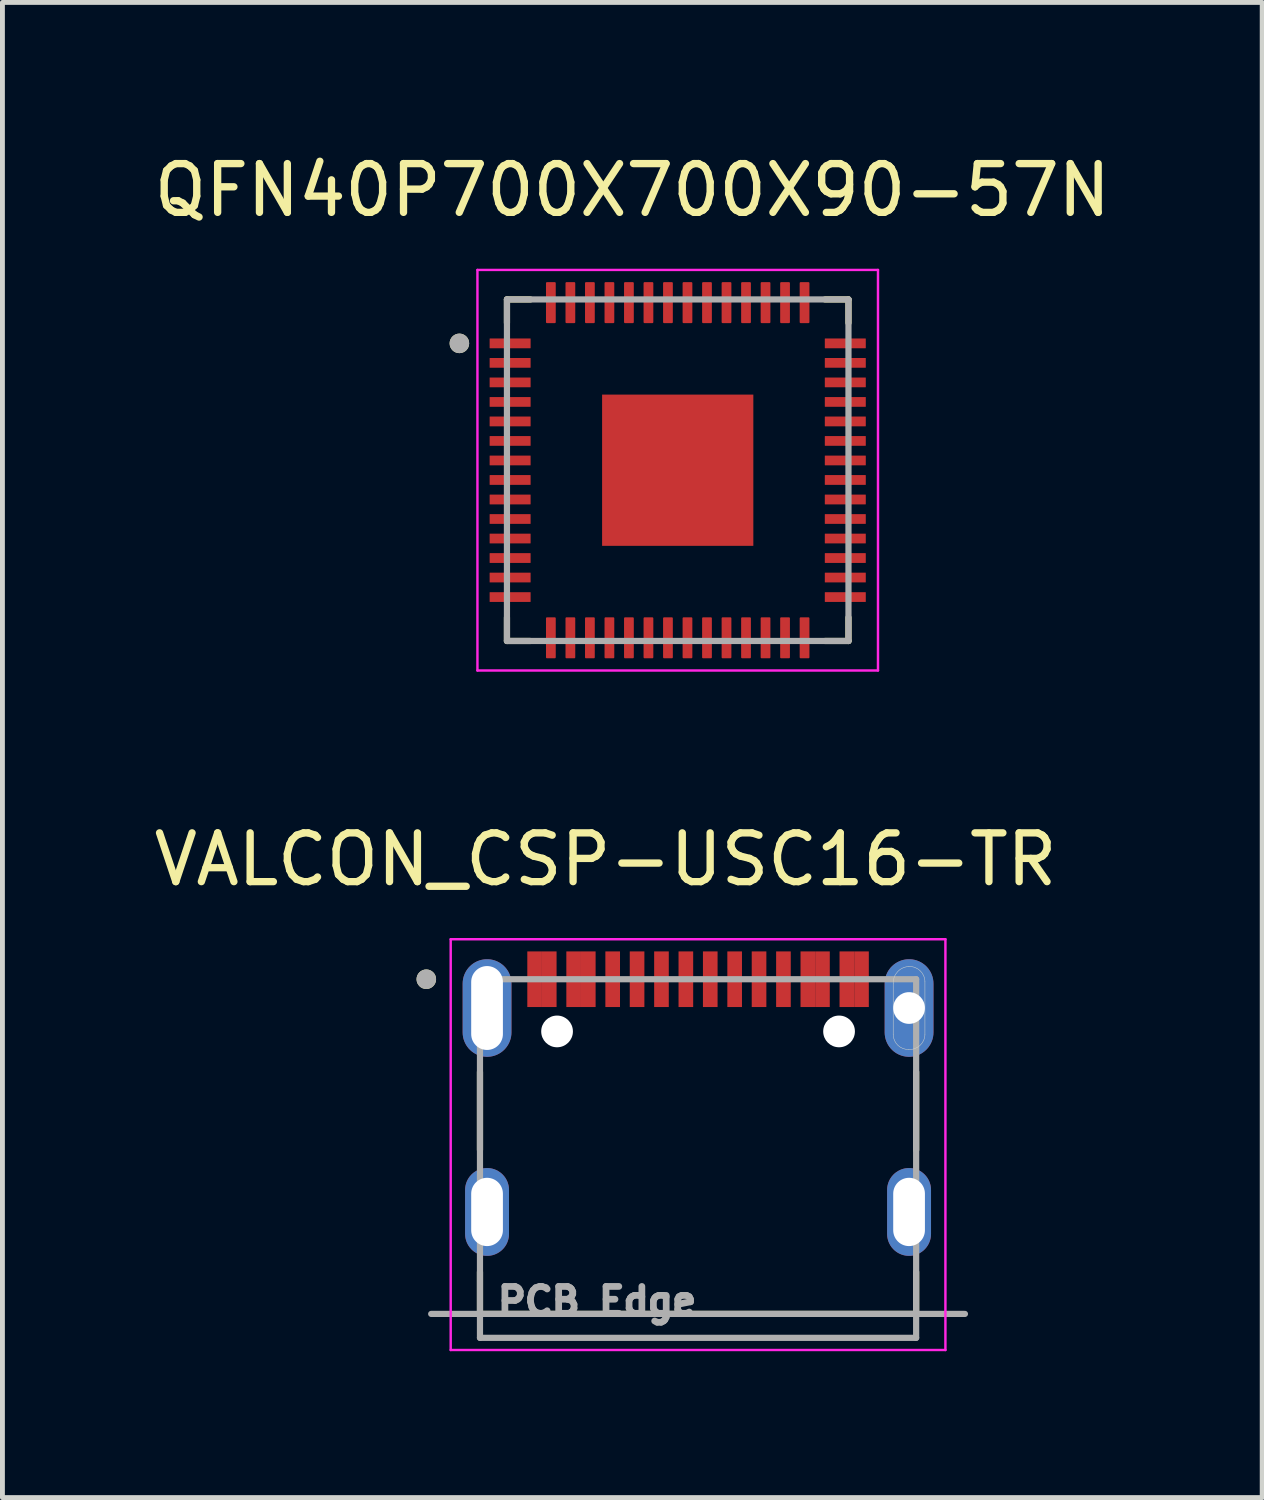
<source format=kicad_pcb>
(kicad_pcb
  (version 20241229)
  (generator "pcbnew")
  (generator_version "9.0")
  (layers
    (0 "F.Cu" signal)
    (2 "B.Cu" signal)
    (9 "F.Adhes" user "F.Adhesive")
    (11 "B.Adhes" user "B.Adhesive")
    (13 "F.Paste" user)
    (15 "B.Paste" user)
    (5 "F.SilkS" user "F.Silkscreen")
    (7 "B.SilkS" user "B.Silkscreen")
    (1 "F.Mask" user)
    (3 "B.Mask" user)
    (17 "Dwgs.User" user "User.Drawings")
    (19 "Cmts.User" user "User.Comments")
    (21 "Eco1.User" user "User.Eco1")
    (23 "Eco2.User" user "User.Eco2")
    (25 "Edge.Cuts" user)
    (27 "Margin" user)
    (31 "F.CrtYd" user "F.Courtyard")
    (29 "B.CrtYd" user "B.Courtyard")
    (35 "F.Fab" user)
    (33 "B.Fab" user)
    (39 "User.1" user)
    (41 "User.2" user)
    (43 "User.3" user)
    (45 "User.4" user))
  (footprint "VALCON_CSP-USC16-TR"
    (layer "F.Cu")
    (at 11.258 17.021)
    (property "Reference" "VALCON_CSP-USC16-TR" (at -1.895 -2.455 0) (layer "F.SilkS") (effects (font (size 1 1) (thickness 0.15))))
    (attr through_hole)
    (fp_line (start -4.47 1.9) (end -4.47 3.5) (stroke (width 0.127) (type solid)) (layer "F.SilkS"))
    (fp_line (start -4.47 6.86) (end -4.47 6) (stroke (width 0.127) (type solid)) (layer "F.SilkS"))
    (fp_line (start -4.47 6.86) (end 4.47 6.86) (stroke (width 0.127) (type solid)) (layer "F.SilkS"))
    (fp_line (start 4.47 1.9) (end 4.47 3.5) (stroke (width 0.127) (type solid)) (layer "F.SilkS"))
    (fp_line (start 4.47 6.86) (end 4.47 6) (stroke (width 0.127) (type solid)) (layer "F.SilkS"))
    (fp_circle (center -5.57 0) (end -5.47 0) (stroke (width 0.2) (type solid)) (fill no) (layer "F.SilkS"))
    (fp_line (start 4 1.14) (end 4 0.09) (stroke (width 0.01) (type solid)) (layer "Edge.Cuts"))
    (fp_line (start 4.65 0.04) (end 4.65 1.14) (stroke (width 0.01) (type solid)) (layer "Edge.Cuts"))
    (fp_arc (start 4 0.09) (mid 4.087513 -0.151274) (end 4.32 -0.26) (stroke (width 0.01) (type solid)) (layer "Edge.Cuts"))
    (fp_arc (start 4.32 -0.26) (mid 4.547132 -0.178345) (end 4.65 0.04) (stroke (width 0.01) (type solid)) (layer "Edge.Cuts"))
    (fp_arc (start 4.32 1.44) (mid 4.097868 1.356274) (end 4 1.14) (stroke (width 0.01) (type solid)) (layer "Edge.Cuts"))
    (fp_arc (start 4.65 1.14) (mid 4.547132 1.358345) (end 4.32 1.44) (stroke (width 0.01) (type solid)) (layer "Edge.Cuts"))
    (fp_line (start -5.07 -0.82) (end -5.07 7.6) (stroke (width 0.05) (type solid)) (layer "F.CrtYd"))
    (fp_line (start -5.07 7.6) (end 5.07 7.6) (stroke (width 0.05) (type solid)) (layer "F.CrtYd"))
    (fp_line (start 5.07 -0.82) (end -5.07 -0.82) (stroke (width 0.05) (type solid)) (layer "F.CrtYd"))
    (fp_line (start 5.07 7.6) (end 5.07 -0.82) (stroke (width 0.05) (type solid)) (layer "F.CrtYd"))
    (fp_line (start -5.47 6.86) (end 5.47 6.86) (stroke (width 0.127) (type solid)) (layer "F.Fab"))
    (fp_line (start -4.47 0) (end -4.47 7.35) (stroke (width 0.127) (type solid)) (layer "F.Fab"))
    (fp_line (start -4.47 7.35) (end 4.47 7.35) (stroke (width 0.127) (type solid)) (layer "F.Fab"))
    (fp_line (start 4.47 0) (end -4.47 0) (stroke (width 0.127) (type solid)) (layer "F.Fab"))
    (fp_line (start 4.47 7.35) (end 4.47 0) (stroke (width 0.127) (type solid)) (layer "F.Fab"))
    (fp_circle (center -5.57 0) (end -5.47 0) (stroke (width 0.2) (type solid)) (fill no) (layer "F.Fab"))
    (fp_text user "PCB Edge" (at -2.07 6.6 0) (layer "F.Fab") (effects (font (size 0.551 0.551) (thickness 0.15))))
    (pad "" np_thru_hole circle (at -2.89 1.07) (size 0.65 0.65) (drill 0.65) (layers "*.Cu" "*.Mask"))
    (pad "" np_thru_hole circle (at 2.89 1.07) (size 0.65 0.65) (drill 0.65) (layers "*.Cu" "*.Mask"))
    (pad "A1" smd rect (at -3.35 0) (size 0.3 1.14) (layers "F.Cu" "F.Mask" "F.Paste"))
    (pad "A4" smd rect (at -2.55 0) (size 0.3 1.14) (layers "F.Cu" "F.Mask" "F.Paste"))
    (pad "A5" smd rect (at -1.25 0) (size 0.3 1.14) (layers "F.Cu" "F.Mask" "F.Paste"))
    (pad "A6" smd rect (at -0.25 0) (size 0.3 1.14) (layers "F.Cu" "F.Mask" "F.Paste"))
    (pad "A7" smd rect (at 0.25 0) (size 0.3 1.14) (layers "F.Cu" "F.Mask" "F.Paste"))
    (pad "A8" smd rect (at 1.25 0) (size 0.3 1.14) (layers "F.Cu" "F.Mask" "F.Paste"))
    (pad "A9" smd rect (at 2.55 0) (size 0.3 1.14) (layers "F.Cu" "F.Mask" "F.Paste"))
    (pad "A12" smd rect (at 3.35 0) (size 0.3 1.14) (layers "F.Cu" "F.Mask" "F.Paste"))
    (pad "B1" smd rect (at 3.05 0) (size 0.3 1.14) (layers "F.Cu" "F.Mask" "F.Paste"))
    (pad "B4" smd rect (at 2.25 0) (size 0.3 1.14) (layers "F.Cu" "F.Mask" "F.Paste"))
    (pad "B5" smd rect (at 1.75 0) (size 0.3 1.14) (layers "F.Cu" "F.Mask" "F.Paste"))
    (pad "B6" smd rect (at 0.75 0) (size 0.3 1.14) (layers "F.Cu" "F.Mask" "F.Paste"))
    (pad "B7" smd rect (at -0.75 0) (size 0.3 1.14) (layers "F.Cu" "F.Mask" "F.Paste"))
    (pad "B8" smd rect (at -1.75 0) (size 0.3 1.14) (layers "F.Cu" "F.Mask" "F.Paste"))
    (pad "B9" smd rect (at -2.25 0) (size 0.3 1.14) (layers "F.Cu" "F.Mask" "F.Paste"))
    (pad "B12" smd rect (at -3.05 0) (size 0.3 1.14) (layers "F.Cu" "F.Mask" "F.Paste"))
    (pad "S1" thru_hole oval (at -4.325 0.59) (size 1 2) (drill oval 0.65 1.72) (layers "*.Cu" "*.Mask"))
    (pad "S2" thru_hole oval (at 4.325 0.59) (size 1 2) (drill 0.65) (layers "*.Cu" "*.Mask"))
    (pad "S3" thru_hole oval (at -4.325 4.77) (size 0.9 1.8) (drill oval 0.65 1.4) (layers "*.Cu" "*.Mask"))
    (pad "S4" thru_hole oval (at 4.325 4.77) (size 0.9 1.8) (drill oval 0.65 1.4) (layers "*.Cu" "*.Mask")))
  (footprint "QFN40P700X700X90-57N"
    (layer "F.Cu")
    (at 10.841 6.588)
    (property "Reference" "QFN40P700X700X90-57N" (at -0.93 -5.74 0) (layer "F.SilkS") (effects (font (size 1 1) (thickness 0.15))))
    (attr through_hole)
    (fp_line (start -3.5 -3.5) (end -3.5 -3.02) (stroke (width 0.127) (type solid)) (layer "F.SilkS"))
    (fp_line (start -3.5 -3.5) (end -3.02 -3.5) (stroke (width 0.127) (type solid)) (layer "F.SilkS"))
    (fp_line (start -3.5 3.5) (end -3.5 3.02) (stroke (width 0.127) (type solid)) (layer "F.SilkS"))
    (fp_line (start -3.5 3.5) (end -3.02 3.5) (stroke (width 0.127) (type solid)) (layer "F.SilkS"))
    (fp_line (start 3.5 -3.5) (end 3.02 -3.5) (stroke (width 0.127) (type solid)) (layer "F.SilkS"))
    (fp_line (start 3.5 -3.5) (end 3.5 -3.02) (stroke (width 0.127) (type solid)) (layer "F.SilkS"))
    (fp_line (start 3.5 3.5) (end 3.02 3.5) (stroke (width 0.127) (type solid)) (layer "F.SilkS"))
    (fp_line (start 3.5 3.5) (end 3.5 3.02) (stroke (width 0.127) (type solid)) (layer "F.SilkS"))
    (fp_circle (center -4.475 -2.6) (end -4.375 -2.6) (stroke (width 0.2) (type solid)) (fill no) (layer "F.SilkS"))
    (fp_poly (pts (xy -0.98 -0.98) (xy 0.98 -0.98) (xy 0.98 0.98) (xy -0.98 0.98)) (stroke (width 0.01) (type solid)) (fill yes) (layer "F.Paste"))
    (fp_line (start -4.105 -4.105) (end 4.105 -4.105) (stroke (width 0.05) (type solid)) (layer "F.CrtYd"))
    (fp_line (start -4.105 4.105) (end -4.105 -4.105) (stroke (width 0.05) (type solid)) (layer "F.CrtYd"))
    (fp_line (start -4.105 4.105) (end 4.105 4.105) (stroke (width 0.05) (type solid)) (layer "F.CrtYd"))
    (fp_line (start 4.105 4.105) (end 4.105 -4.105) (stroke (width 0.05) (type solid)) (layer "F.CrtYd"))
    (fp_line (start -3.5 3.5) (end -3.5 -3.5) (stroke (width 0.127) (type solid)) (layer "F.Fab"))
    (fp_line (start 3.5 -3.5) (end -3.5 -3.5) (stroke (width 0.127) (type solid)) (layer "F.Fab"))
    (fp_line (start 3.5 3.5) (end -3.5 3.5) (stroke (width 0.127) (type solid)) (layer "F.Fab"))
    (fp_line (start 3.5 3.5) (end 3.5 -3.5) (stroke (width 0.127) (type solid)) (layer "F.Fab"))
    (fp_circle (center -4.475 -2.6) (end -4.375 -2.6) (stroke (width 0.2) (type solid)) (fill no) (layer "F.Fab"))
    (pad "1" smd roundrect (at -3.435 -2.6) (size 0.84 0.2) (layers "F.Cu" "F.Mask" "F.Paste") (roundrect_rratio 0.03))
    (pad "2" smd roundrect (at -3.435 -2.2) (size 0.84 0.2) (layers "F.Cu" "F.Mask" "F.Paste") (roundrect_rratio 0.03))
    (pad "3" smd roundrect (at -3.435 -1.8) (size 0.84 0.2) (layers "F.Cu" "F.Mask" "F.Paste") (roundrect_rratio 0.03))
    (pad "4" smd roundrect (at -3.435 -1.4) (size 0.84 0.2) (layers "F.Cu" "F.Mask" "F.Paste") (roundrect_rratio 0.03))
    (pad "5" smd roundrect (at -3.435 -1) (size 0.84 0.2) (layers "F.Cu" "F.Mask" "F.Paste") (roundrect_rratio 0.03))
    (pad "6" smd roundrect (at -3.435 -0.6) (size 0.84 0.2) (layers "F.Cu" "F.Mask" "F.Paste") (roundrect_rratio 0.03))
    (pad "7" smd roundrect (at -3.435 -0.2) (size 0.84 0.2) (layers "F.Cu" "F.Mask" "F.Paste") (roundrect_rratio 0.03))
    (pad "8" smd roundrect (at -3.435 0.2) (size 0.84 0.2) (layers "F.Cu" "F.Mask" "F.Paste") (roundrect_rratio 0.03))
    (pad "9" smd roundrect (at -3.435 0.6) (size 0.84 0.2) (layers "F.Cu" "F.Mask" "F.Paste") (roundrect_rratio 0.03))
    (pad "10" smd roundrect (at -3.435 1) (size 0.84 0.2) (layers "F.Cu" "F.Mask" "F.Paste") (roundrect_rratio 0.03))
    (pad "11" smd roundrect (at -3.435 1.4) (size 0.84 0.2) (layers "F.Cu" "F.Mask" "F.Paste") (roundrect_rratio 0.03))
    (pad "12" smd roundrect (at -3.435 1.8) (size 0.84 0.2) (layers "F.Cu" "F.Mask" "F.Paste") (roundrect_rratio 0.03))
    (pad "13" smd roundrect (at -3.435 2.2) (size 0.84 0.2) (layers "F.Cu" "F.Mask" "F.Paste") (roundrect_rratio 0.03))
    (pad "14" smd roundrect (at -3.435 2.6) (size 0.84 0.2) (layers "F.Cu" "F.Mask" "F.Paste") (roundrect_rratio 0.03))
    (pad "15" smd roundrect (at -2.6 3.435) (size 0.2 0.84) (layers "F.Cu" "F.Mask" "F.Paste") (roundrect_rratio 0.1))
    (pad "16" smd roundrect (at -2.2 3.435) (size 0.2 0.84) (layers "F.Cu" "F.Mask" "F.Paste") (roundrect_rratio 0.1))
    (pad "17" smd roundrect (at -1.8 3.435) (size 0.2 0.84) (layers "F.Cu" "F.Mask" "F.Paste") (roundrect_rratio 0.1))
    (pad "18" smd roundrect (at -1.4 3.435) (size 0.2 0.84) (layers "F.Cu" "F.Mask" "F.Paste") (roundrect_rratio 0.1))
    (pad "19" smd roundrect (at -1 3.435) (size 0.2 0.84) (layers "F.Cu" "F.Mask" "F.Paste") (roundrect_rratio 0.1))
    (pad "20" smd roundrect (at -0.6 3.435) (size 0.2 0.84) (layers "F.Cu" "F.Mask" "F.Paste") (roundrect_rratio 0.1))
    (pad "21" smd roundrect (at -0.2 3.435) (size 0.2 0.84) (layers "F.Cu" "F.Mask" "F.Paste") (roundrect_rratio 0.1))
    (pad "22" smd roundrect (at 0.2 3.435) (size 0.2 0.84) (layers "F.Cu" "F.Mask" "F.Paste") (roundrect_rratio 0.1))
    (pad "23" smd roundrect (at 0.6 3.435) (size 0.2 0.84) (layers "F.Cu" "F.Mask" "F.Paste") (roundrect_rratio 0.1))
    (pad "24" smd roundrect (at 1 3.435) (size 0.2 0.84) (layers "F.Cu" "F.Mask" "F.Paste") (roundrect_rratio 0.1))
    (pad "25" smd roundrect (at 1.4 3.435) (size 0.2 0.84) (layers "F.Cu" "F.Mask" "F.Paste") (roundrect_rratio 0.1))
    (pad "26" smd roundrect (at 1.8 3.435) (size 0.2 0.84) (layers "F.Cu" "F.Mask" "F.Paste") (roundrect_rratio 0.1))
    (pad "27" smd roundrect (at 2.2 3.435) (size 0.2 0.84) (layers "F.Cu" "F.Mask" "F.Paste") (roundrect_rratio 0.1))
    (pad "28" smd roundrect (at 2.6 3.435) (size 0.2 0.84) (layers "F.Cu" "F.Mask" "F.Paste") (roundrect_rratio 0.1))
    (pad "29" smd roundrect (at 3.435 2.6) (size 0.84 0.2) (layers "F.Cu" "F.Mask" "F.Paste") (roundrect_rratio 0.03))
    (pad "30" smd roundrect (at 3.435 2.2) (size 0.84 0.2) (layers "F.Cu" "F.Mask" "F.Paste") (roundrect_rratio 0.03))
    (pad "31" smd roundrect (at 3.435 1.8) (size 0.84 0.2) (layers "F.Cu" "F.Mask" "F.Paste") (roundrect_rratio 0.03))
    (pad "32" smd roundrect (at 3.435 1.4) (size 0.84 0.2) (layers "F.Cu" "F.Mask" "F.Paste") (roundrect_rratio 0.03))
    (pad "33" smd roundrect (at 3.435 1) (size 0.84 0.2) (layers "F.Cu" "F.Mask" "F.Paste") (roundrect_rratio 0.03))
    (pad "34" smd roundrect (at 3.435 0.6) (size 0.84 0.2) (layers "F.Cu" "F.Mask" "F.Paste") (roundrect_rratio 0.03))
    (pad "35" smd roundrect (at 3.435 0.2) (size 0.84 0.2) (layers "F.Cu" "F.Mask" "F.Paste") (roundrect_rratio 0.03))
    (pad "36" smd roundrect (at 3.435 -0.2) (size 0.84 0.2) (layers "F.Cu" "F.Mask" "F.Paste") (roundrect_rratio 0.03))
    (pad "37" smd roundrect (at 3.435 -0.6) (size 0.84 0.2) (layers "F.Cu" "F.Mask" "F.Paste") (roundrect_rratio 0.03))
    (pad "38" smd roundrect (at 3.435 -1) (size 0.84 0.2) (layers "F.Cu" "F.Mask" "F.Paste") (roundrect_rratio 0.03))
    (pad "39" smd roundrect (at 3.435 -1.4) (size 0.84 0.2) (layers "F.Cu" "F.Mask" "F.Paste") (roundrect_rratio 0.03))
    (pad "40" smd roundrect (at 3.435 -1.8) (size 0.84 0.2) (layers "F.Cu" "F.Mask" "F.Paste") (roundrect_rratio 0.03))
    (pad "41" smd roundrect (at 3.435 -2.2) (size 0.84 0.2) (layers "F.Cu" "F.Mask" "F.Paste") (roundrect_rratio 0.03))
    (pad "42" smd roundrect (at 3.435 -2.6) (size 0.84 0.2) (layers "F.Cu" "F.Mask" "F.Paste") (roundrect_rratio 0.03))
    (pad "43" smd roundrect (at 2.6 -3.435) (size 0.2 0.84) (layers "F.Cu" "F.Mask" "F.Paste") (roundrect_rratio 0.1))
    (pad "44" smd roundrect (at 2.2 -3.435) (size 0.2 0.84) (layers "F.Cu" "F.Mask" "F.Paste") (roundrect_rratio 0.1))
    (pad "45" smd roundrect (at 1.8 -3.435) (size 0.2 0.84) (layers "F.Cu" "F.Mask" "F.Paste") (roundrect_rratio 0.1))
    (pad "46" smd roundrect (at 1.4 -3.435) (size 0.2 0.84) (layers "F.Cu" "F.Mask" "F.Paste") (roundrect_rratio 0.1))
    (pad "47" smd roundrect (at 1 -3.435) (size 0.2 0.84) (layers "F.Cu" "F.Mask" "F.Paste") (roundrect_rratio 0.1))
    (pad "48" smd roundrect (at 0.6 -3.435) (size 0.2 0.84) (layers "F.Cu" "F.Mask" "F.Paste") (roundrect_rratio 0.1))
    (pad "49" smd roundrect (at 0.2 -3.435) (size 0.2 0.84) (layers "F.Cu" "F.Mask" "F.Paste") (roundrect_rratio 0.1))
    (pad "50" smd roundrect (at -0.2 -3.435) (size 0.2 0.84) (layers "F.Cu" "F.Mask" "F.Paste") (roundrect_rratio 0.1))
    (pad "51" smd roundrect (at -0.6 -3.435) (size 0.2 0.84) (layers "F.Cu" "F.Mask" "F.Paste") (roundrect_rratio 0.1))
    (pad "52" smd roundrect (at -1 -3.435) (size 0.2 0.84) (layers "F.Cu" "F.Mask" "F.Paste") (roundrect_rratio 0.1))
    (pad "53" smd roundrect (at -1.4 -3.435) (size 0.2 0.84) (layers "F.Cu" "F.Mask" "F.Paste") (roundrect_rratio 0.1))
    (pad "54" smd roundrect (at -1.8 -3.435) (size 0.2 0.84) (layers "F.Cu" "F.Mask" "F.Paste") (roundrect_rratio 0.1))
    (pad "55" smd roundrect (at -2.2 -3.435) (size 0.2 0.84) (layers "F.Cu" "F.Mask" "F.Paste") (roundrect_rratio 0.1))
    (pad "56" smd roundrect (at -2.6 -3.435) (size 0.2 0.84) (layers "F.Cu" "F.Mask" "F.Paste") (roundrect_rratio 0.1))
    (pad "57" smd rect (at 0 0) (size 3.1 3.1) (layers "F.Cu" "F.Mask")))
  (gr_rect
    (start -3 -3)
    (end 22.821 27.646)
    (stroke (width 0.1) (type default))
    (fill no)
    (layer "Edge.Cuts")))
</source>
